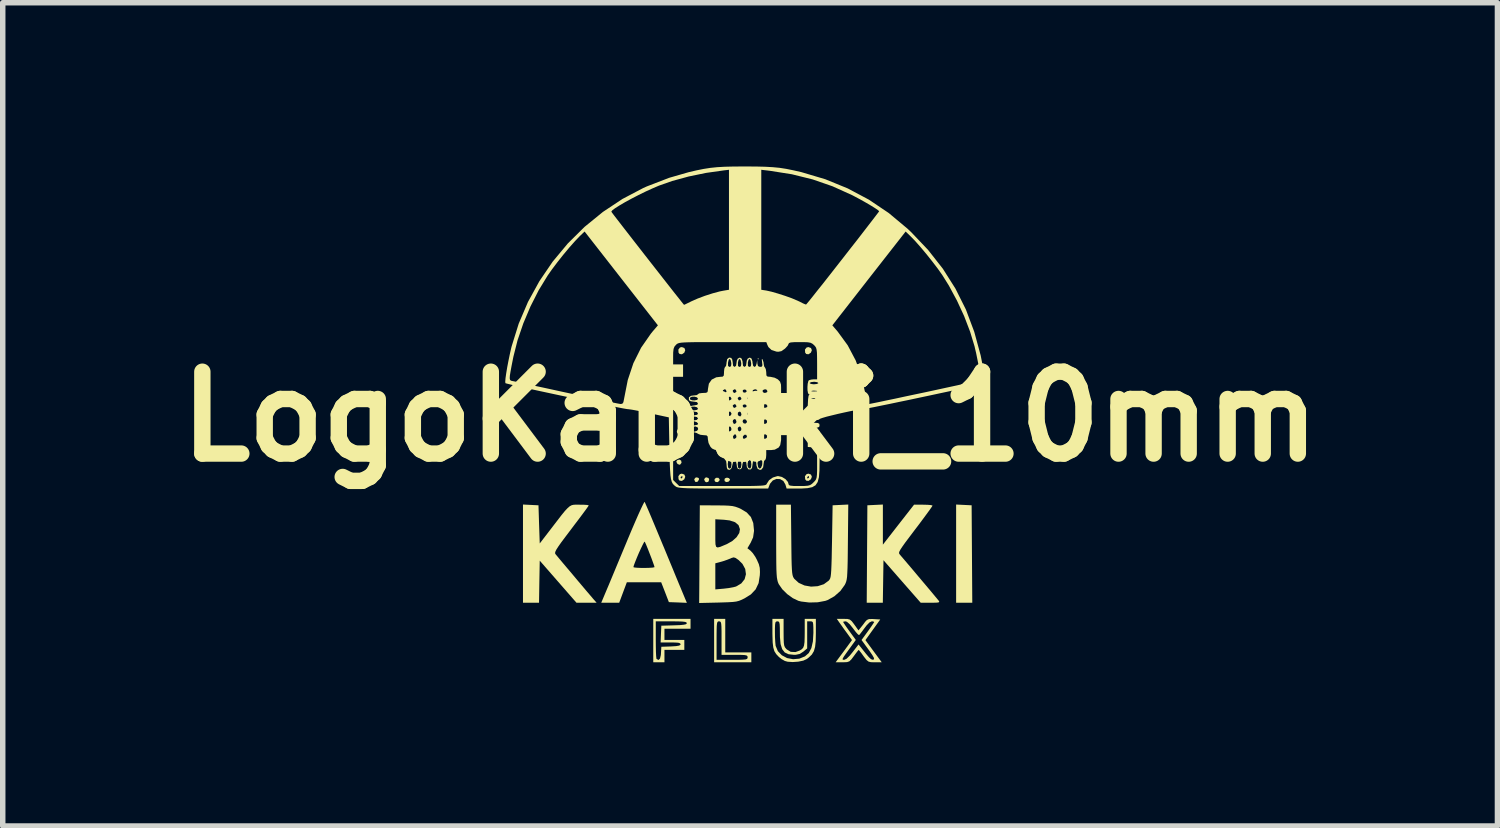
<source format=kicad_pcb>
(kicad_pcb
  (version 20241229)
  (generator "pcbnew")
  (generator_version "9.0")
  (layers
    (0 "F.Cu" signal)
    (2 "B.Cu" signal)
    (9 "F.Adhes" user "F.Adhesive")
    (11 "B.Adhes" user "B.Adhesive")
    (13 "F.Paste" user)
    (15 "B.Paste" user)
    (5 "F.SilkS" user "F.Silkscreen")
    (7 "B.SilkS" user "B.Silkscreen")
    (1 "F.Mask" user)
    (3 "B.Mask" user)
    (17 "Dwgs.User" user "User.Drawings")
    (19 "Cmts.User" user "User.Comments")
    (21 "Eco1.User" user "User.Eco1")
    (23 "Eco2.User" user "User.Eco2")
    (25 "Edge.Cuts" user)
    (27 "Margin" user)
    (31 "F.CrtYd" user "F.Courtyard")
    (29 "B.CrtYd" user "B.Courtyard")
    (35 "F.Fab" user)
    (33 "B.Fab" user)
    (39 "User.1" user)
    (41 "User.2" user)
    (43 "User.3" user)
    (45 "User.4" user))
  (footprint "LogoKabuki_10mm"
    (layer "F.Cu")
    (at 10.693 4.582)
    (property "Reference" "LogoKabuki_10mm" (at 0 0 0) (layer "F.SilkS") (effects (font (size 1.5 1.5) (thickness 0.3))))
    (attr board_only exclude_from_pos_files exclude_from_bom)
    (fp_poly (pts (xy 0.159 -1.057) (xy 0.148 -1.046) (xy 0.136 -1.057) (xy 0.148 -1.069)) (stroke (width 0) (type solid)) (fill yes) (layer "F.SilkS"))
    (fp_poly (pts (xy -1.268 0.254) (xy -1.262 0.273) (xy -1.281 0.305) (xy -1.302 0.314) (xy -1.334 0.306) (xy -1.342 0.273) (xy -1.33 0.236) (xy -1.302 0.232)) (stroke (width 0) (type solid)) (fill yes) (layer "F.SilkS"))
    (fp_poly (pts (xy -1.257 0.619) (xy -1.251 0.647) (xy -1.268 0.681) (xy -1.305 0.691) (xy -1.34 0.672) (xy -1.351 0.639) (xy -1.332 0.615) (xy -1.289 0.599)) (stroke (width 0) (type solid)) (fill yes) (layer "F.SilkS"))
    (fp_poly (pts (xy -0.94 1.127) (xy -0.936 1.152) (xy -0.958 1.191) (xy -0.992 1.2) (xy -1.008 1.191) (xy -1.024 1.151) (xy -1.003 1.121) (xy -0.976 1.114)) (stroke (width 0) (type solid)) (fill yes) (layer "F.SilkS"))
    (fp_poly (pts (xy -0.758 1.13) (xy -0.75 1.16) (xy -0.767 1.197) (xy -0.803 1.204) (xy -0.826 1.19) (xy -0.842 1.151) (xy -0.822 1.121) (xy -0.796 1.114)) (stroke (width 0) (type solid)) (fill yes) (layer "F.SilkS"))
    (fp_poly (pts (xy -0.558 1.15) (xy -0.56 1.17) (xy -0.59 1.201) (xy -0.63 1.199) (xy -0.649 1.18) (xy -0.651 1.146) (xy -0.623 1.122) (xy -0.582 1.122)) (stroke (width 0) (type solid)) (fill yes) (layer "F.SilkS"))
    (fp_poly (pts (xy 3.917 1.619) (xy 4.059 1.626) (xy 4.065 2.518) (xy 4.071 3.411) (xy 3.923 3.411) (xy 3.775 3.411) (xy 3.775 2.512) (xy 3.775 1.612)) (stroke (width 0) (type solid)) (fill yes) (layer "F.SilkS"))
    (fp_poly (pts (xy -1.263 0.807) (xy -1.256 0.844) (xy -1.258 0.85) (xy -1.285 0.884) (xy -1.322 0.873) (xy -1.339 0.856) (xy -1.352 0.822) (xy -1.335 0.8) (xy -1.296 0.788)) (stroke (width 0) (type solid)) (fill yes) (layer "F.SilkS"))
    (fp_poly (pts (xy -1.256 0.444) (xy -1.255 0.478) (xy -1.284 0.499) (xy -1.295 0.5) (xy -1.337 0.492) (xy -1.35 0.482) (xy -1.351 0.447) (xy -1.324 0.42) (xy -1.287 0.417)) (stroke (width 0) (type solid)) (fill yes) (layer "F.SilkS"))
    (fp_poly (pts (xy -1.204 -1.256) (xy -1.188 -1.216) (xy -1.205 -1.171) (xy -1.249 -1.141) (xy -1.291 -1.146) (xy -1.311 -1.171) (xy -1.314 -1.227) (xy -1.285 -1.265) (xy -1.251 -1.273)) (stroke (width 0) (type solid)) (fill yes) (layer "F.SilkS"))
    (fp_poly (pts (xy -0.387 1.129) (xy -0.368 1.154) (xy -0.37 1.165) (xy -0.398 1.195) (xy -0.439 1.2) (xy -0.467 1.182) (xy -0.468 1.145) (xy -0.459 1.132) (xy -0.424 1.119)) (stroke (width 0) (type solid)) (fill yes) (layer "F.SilkS"))
    (fp_poly (pts (xy 1.115 -1.256) (xy 1.132 -1.216) (xy 1.114 -1.171) (xy 1.07 -1.141) (xy 1.029 -1.146) (xy 1.009 -1.171) (xy 1.005 -1.227) (xy 1.035 -1.265) (xy 1.069 -1.273)) (stroke (width 0) (type solid)) (fill yes) (layer "F.SilkS"))
    (fp_poly (pts (xy -1.204 1.063) (xy -1.188 1.103) (xy -1.205 1.149) (xy -1.249 1.179) (xy -1.291 1.174) (xy -1.311 1.148) (xy -1.313 1.114) (xy -1.273 1.114) (xy -1.266 1.136) (xy -1.263 1.137) (xy -1.244 1.121) (xy -1.239 1.114) (xy -1.241 1.093) (xy -1.249 1.091) (xy -1.272 1.108) (xy -1.273 1.114) (xy -1.313 1.114) (xy -1.314 1.093) (xy -1.285 1.055) (xy -1.251 1.046)) (stroke (width 0) (type solid)) (fill yes) (layer "F.SilkS"))
    (fp_poly (pts (xy 1.115 1.063) (xy 1.132 1.103) (xy 1.114 1.149) (xy 1.07 1.179) (xy 1.029 1.174) (xy 1.009 1.148) (xy 1.007 1.114) (xy 1.046 1.114) (xy 1.054 1.136) (xy 1.056 1.137) (xy 1.075 1.121) (xy 1.08 1.114) (xy 1.078 1.093) (xy 1.07 1.091) (xy 1.047 1.108) (xy 1.046 1.114) (xy 1.007 1.114) (xy 1.005 1.093) (xy 1.035 1.055) (xy 1.069 1.046)) (stroke (width 0) (type solid)) (fill yes) (layer "F.SilkS"))
    (fp_poly (pts (xy -0.455 4.014) (xy -0.455 4.321) (xy -0.216 4.321) (xy 0.023 4.321) (xy 0.023 4.411) (xy 0.023 4.502) (xy -0.318 4.502) (xy -0.659 4.502) (xy -0.659 4.457) (xy -0.614 4.457) (xy -0.33 4.457) (xy -0.212 4.457) (xy -0.132 4.454) (xy -0.083 4.45) (xy -0.057 4.441) (xy -0.047 4.427) (xy -0.045 4.411) (xy -0.048 4.391) (xy -0.063 4.378) (xy -0.097 4.37) (xy -0.158 4.367) (xy -0.254 4.366) (xy -0.284 4.366) (xy -0.523 4.366) (xy -0.523 4.059) (xy -0.523 3.936) (xy -0.525 3.851) (xy -0.529 3.797) (xy -0.537 3.767) (xy -0.55 3.755) (xy -0.568 3.752) (xy -0.568 3.752) (xy -0.586 3.754) (xy -0.598 3.765) (xy -0.606 3.792) (xy -0.611 3.84) (xy -0.613 3.917) (xy -0.614 4.03) (xy -0.614 4.104) (xy -0.614 4.457) (xy -0.659 4.457) (xy -0.659 4.104) (xy -0.659 3.707) (xy -0.557 3.707) (xy -0.455 3.707)) (stroke (width 0) (type solid)) (fill yes) (layer "F.SilkS"))
    (fp_poly (pts (xy 2.433 1.98) (xy 2.433 2.347) (xy 2.718 1.981) (xy 3.004 1.615) (xy 3.173 1.615) (xy 3.254 1.617) (xy 3.314 1.622) (xy 3.342 1.631) (xy 3.343 1.632) (xy 3.329 1.655) (xy 3.292 1.708) (xy 3.235 1.786) (xy 3.162 1.885) (xy 3.077 1.999) (xy 3.024 2.068) (xy 2.923 2.202) (xy 2.846 2.304) (xy 2.792 2.38) (xy 2.756 2.434) (xy 2.736 2.471) (xy 2.729 2.496) (xy 2.733 2.515) (xy 2.745 2.53) (xy 2.748 2.534) (xy 2.777 2.568) (xy 2.83 2.63) (xy 2.9 2.712) (xy 2.983 2.81) (xy 3.072 2.916) (xy 3.163 3.024) (xy 3.25 3.127) (xy 3.329 3.221) (xy 3.392 3.297) (xy 3.436 3.35) (xy 3.454 3.371) (xy 3.466 3.391) (xy 3.459 3.403) (xy 3.427 3.409) (xy 3.36 3.411) (xy 3.305 3.411) (xy 3.126 3.411) (xy 2.785 3.022) (xy 2.444 2.632) (xy 2.438 3.022) (xy 2.432 3.411) (xy 2.285 3.411) (xy 2.137 3.411) (xy 2.143 2.518) (xy 2.149 1.626) (xy 2.291 1.619) (xy 2.433 1.612)) (stroke (width 0) (type solid)) (fill yes) (layer "F.SilkS"))
    (fp_poly (pts (xy -4.019 1.619) (xy -3.877 1.626) (xy -3.866 1.975) (xy -3.854 2.325) (xy -3.638 2.044) (xy -3.535 1.91) (xy -3.455 1.806) (xy -3.393 1.73) (xy -3.344 1.678) (xy -3.305 1.644) (xy -3.268 1.624) (xy -3.23 1.616) (xy -3.186 1.614) (xy -3.131 1.614) (xy -3.124 1.615) (xy -3.043 1.616) (xy -2.984 1.62) (xy -2.957 1.627) (xy -2.956 1.628) (xy -2.969 1.649) (xy -3.006 1.701) (xy -3.063 1.778) (xy -3.136 1.876) (xy -3.222 1.989) (xy -3.276 2.061) (xy -3.379 2.197) (xy -3.457 2.301) (xy -3.512 2.379) (xy -3.548 2.435) (xy -3.567 2.473) (xy -3.573 2.499) (xy -3.569 2.516) (xy -3.566 2.52) (xy -3.541 2.55) (xy -3.493 2.608) (xy -3.425 2.689) (xy -3.344 2.785) (xy -3.255 2.89) (xy -3.164 2.999) (xy -3.075 3.104) (xy -2.995 3.199) (xy -2.927 3.278) (xy -2.879 3.335) (xy -2.857 3.36) (xy -2.812 3.411) (xy -2.996 3.411) (xy -3.181 3.411) (xy -3.518 3.025) (xy -3.854 2.64) (xy -3.861 3.025) (xy -3.867 3.411) (xy -4.014 3.411) (xy -4.161 3.411) (xy -4.161 2.512) (xy -4.161 1.612)) (stroke (width 0) (type solid)) (fill yes) (layer "F.SilkS"))
    (fp_poly (pts (xy -1.091 3.797) (xy -1.091 3.888) (xy -1.33 3.888) (xy -1.569 3.888) (xy -1.569 3.991) (xy -1.569 4.093) (xy -1.387 4.093) (xy -1.205 4.093) (xy -1.205 4.184) (xy -1.205 4.275) (xy -1.387 4.275) (xy -1.569 4.275) (xy -1.569 4.389) (xy -1.569 4.502) (xy -1.671 4.502) (xy -1.774 4.502) (xy -1.774 4.104) (xy -1.774 3.752) (xy -1.728 3.752) (xy -1.728 4.089) (xy -1.727 4.209) (xy -1.725 4.312) (xy -1.721 4.39) (xy -1.716 4.435) (xy -1.713 4.442) (xy -1.677 4.46) (xy -1.651 4.435) (xy -1.635 4.369) (xy -1.633 4.338) (xy -1.626 4.218) (xy -1.45 4.212) (xy -1.356 4.206) (xy -1.301 4.197) (xy -1.277 4.183) (xy -1.273 4.172) (xy -1.283 4.155) (xy -1.316 4.144) (xy -1.381 4.14) (xy -1.456 4.139) (xy -1.639 4.139) (xy -1.633 3.985) (xy -1.626 3.832) (xy -1.393 3.825) (xy -1.284 3.821) (xy -1.214 3.814) (xy -1.175 3.805) (xy -1.16 3.791) (xy -1.16 3.785) (xy -1.167 3.771) (xy -1.193 3.762) (xy -1.245 3.756) (xy -1.329 3.753) (xy -1.444 3.752) (xy -1.728 3.752) (xy -1.774 3.752) (xy -1.774 3.707) (xy -1.433 3.707) (xy -1.091 3.707)) (stroke (width 0) (type solid)) (fill yes) (layer "F.SilkS"))
    (fp_poly (pts (xy 1.792 2.301) (xy 1.79 2.497) (xy 1.788 2.653) (xy 1.785 2.774) (xy 1.781 2.866) (xy 1.777 2.935) (xy 1.77 2.985) (xy 1.761 3.023) (xy 1.75 3.053) (xy 1.736 3.081) (xy 1.735 3.084) (xy 1.654 3.196) (xy 1.544 3.293) (xy 1.421 3.362) (xy 1.378 3.377) (xy 1.239 3.403) (xy 1.084 3.407) (xy 0.937 3.389) (xy 0.885 3.376) (xy 0.784 3.328) (xy 0.68 3.253) (xy 0.589 3.163) (xy 0.525 3.07) (xy 0.52 3.059) (xy 0.508 3.029) (xy 0.499 2.993) (xy 0.491 2.947) (xy 0.486 2.885) (xy 0.482 2.801) (xy 0.48 2.69) (xy 0.479 2.546) (xy 0.478 2.364) (xy 0.478 2.291) (xy 0.478 1.615) (xy 0.613 1.615) (xy 0.748 1.615) (xy 0.755 2.261) (xy 0.757 2.45) (xy 0.759 2.599) (xy 0.762 2.714) (xy 0.766 2.799) (xy 0.771 2.86) (xy 0.778 2.904) (xy 0.787 2.934) (xy 0.799 2.957) (xy 0.809 2.972) (xy 0.891 3.047) (xy 0.997 3.095) (xy 1.117 3.116) (xy 1.239 3.108) (xy 1.351 3.072) (xy 1.441 3.006) (xy 1.444 3.002) (xy 1.457 2.985) (xy 1.468 2.963) (xy 1.476 2.931) (xy 1.482 2.883) (xy 1.487 2.815) (xy 1.491 2.72) (xy 1.495 2.595) (xy 1.498 2.433) (xy 1.501 2.289) (xy 1.512 1.626) (xy 1.656 1.619) (xy 1.799 1.612)) (stroke (width 0) (type solid)) (fill yes) (layer "F.SilkS"))
    (fp_poly (pts (xy -1.921 1.587) (xy -1.894 1.649) (xy -1.853 1.743) (xy -1.801 1.866) (xy -1.74 2.012) (xy -1.671 2.178) (xy -1.596 2.358) (xy -1.574 2.41) (xy -1.497 2.597) (xy -1.424 2.773) (xy -1.358 2.934) (xy -1.3 3.074) (xy -1.252 3.189) (xy -1.217 3.273) (xy -1.197 3.321) (xy -1.195 3.327) (xy -1.158 3.413) (xy -1.323 3.406) (xy -1.488 3.4) (xy -1.558 3.218) (xy -1.629 3.036) (xy -1.944 3.036) (xy -2.258 3.036) (xy -2.328 3.223) (xy -2.398 3.411) (xy -2.562 3.411) (xy -2.727 3.411) (xy -2.624 3.166) (xy -2.589 3.084) (xy -2.54 2.966) (xy -2.48 2.822) (xy -2.454 2.759) (xy -2.138 2.759) (xy -2.117 2.766) (xy -2.06 2.771) (xy -1.98 2.774) (xy -1.944 2.774) (xy -1.857 2.772) (xy -1.79 2.768) (xy -1.754 2.761) (xy -1.751 2.758) (xy -1.759 2.729) (xy -1.78 2.67) (xy -1.809 2.59) (xy -1.843 2.503) (xy -1.876 2.418) (xy -1.905 2.347) (xy -1.926 2.301) (xy -1.932 2.291) (xy -1.944 2.305) (xy -1.969 2.352) (xy -2.002 2.421) (xy -2.039 2.502) (xy -2.075 2.587) (xy -2.106 2.664) (xy -2.129 2.725) (xy -2.138 2.759) (xy -2.138 2.759) (xy -2.454 2.759) (xy -2.412 2.658) (xy -2.339 2.483) (xy -2.264 2.303) (xy -2.235 2.233) (xy -2.166 2.069) (xy -2.102 1.92) (xy -2.045 1.79) (xy -1.997 1.685) (xy -1.961 1.61) (xy -1.939 1.569) (xy -1.933 1.563)) (stroke (width 0) (type solid)) (fill yes) (layer "F.SilkS"))
    (fp_poly (pts (xy -0.613 1.628) (xy -0.485 1.629) (xy -0.391 1.633) (xy -0.322 1.64) (xy -0.267 1.653) (xy -0.214 1.672) (xy -0.179 1.687) (xy -0.063 1.756) (xy 0.015 1.841) (xy 0.058 1.95) (xy 0.072 2.089) (xy 0.072 2.096) (xy 0.055 2.214) (xy 0.011 2.311) (xy -0.049 2.413) (xy 0.008 2.458) (xy 0.05 2.503) (xy 0.097 2.572) (xy 0.126 2.627) (xy 0.16 2.704) (xy 0.177 2.771) (xy 0.181 2.848) (xy 0.178 2.909) (xy 0.156 3.052) (xy 0.102 3.166) (xy 0.014 3.259) (xy -0.102 3.331) (xy -0.155 3.357) (xy -0.202 3.376) (xy -0.252 3.389) (xy -0.315 3.397) (xy -0.4 3.402) (xy -0.517 3.406) (xy -0.584 3.408) (xy -0.933 3.416) (xy -0.931 3.167) (xy -0.637 3.167) (xy -0.479 3.153) (xy -0.388 3.142) (xy -0.307 3.127) (xy -0.257 3.114) (xy -0.161 3.057) (xy -0.1 2.98) (xy -0.076 2.889) (xy -0.089 2.793) (xy -0.14 2.699) (xy -0.212 2.628) (xy -0.265 2.591) (xy -0.301 2.58) (xy -0.34 2.591) (xy -0.356 2.599) (xy -0.419 2.624) (xy -0.498 2.651) (xy -0.529 2.66) (xy -0.637 2.689) (xy -0.637 2.928) (xy -0.637 3.167) (xy -0.931 3.167) (xy -0.927 2.521) (xy -0.925 2.266) (xy -0.637 2.266) (xy -0.634 2.343) (xy -0.622 2.386) (xy -0.595 2.399) (xy -0.548 2.388) (xy -0.474 2.357) (xy -0.426 2.337) (xy -0.325 2.28) (xy -0.247 2.21) (xy -0.198 2.133) (xy -0.186 2.064) (xy -0.212 1.989) (xy -0.275 1.936) (xy -0.375 1.903) (xy -0.478 1.891) (xy -0.637 1.882) (xy -0.637 2.148) (xy -0.637 2.266) (xy -0.925 2.266) (xy -0.921 1.626)) (stroke (width 0) (type solid)) (fill yes) (layer "F.SilkS"))
    (fp_poly (pts (xy 0.614 3.958) (xy 0.615 4.069) (xy 0.618 4.144) (xy 0.625 4.194) (xy 0.638 4.227) (xy 0.66 4.254) (xy 0.67 4.265) (xy 0.745 4.311) (xy 0.832 4.315) (xy 0.908 4.287) (xy 0.946 4.264) (xy 0.972 4.237) (xy 0.988 4.196) (xy 0.997 4.133) (xy 1 4.04) (xy 1.001 3.943) (xy 1.001 3.707) (xy 1.103 3.707) (xy 1.205 3.707) (xy 1.205 3.976) (xy 1.202 4.116) (xy 1.191 4.22) (xy 1.169 4.298) (xy 1.132 4.36) (xy 1.076 4.414) (xy 1.04 4.442) (xy 0.975 4.472) (xy 0.882 4.491) (xy 0.781 4.498) (xy 0.688 4.492) (xy 0.637 4.478) (xy 0.577 4.444) (xy 0.527 4.404) (xy 0.479 4.353) (xy 0.445 4.299) (xy 0.425 4.232) (xy 0.414 4.141) (xy 0.41 4.019) (xy 0.409 3.969) (xy 0.409 3.942) (xy 0.455 3.942) (xy 0.456 4.04) (xy 0.461 4.129) (xy 0.467 4.192) (xy 0.468 4.201) (xy 0.509 4.299) (xy 0.582 4.374) (xy 0.678 4.425) (xy 0.788 4.446) (xy 0.902 4.436) (xy 1.005 4.394) (xy 1.075 4.333) (xy 1.123 4.242) (xy 1.151 4.119) (xy 1.16 3.961) (xy 1.159 3.863) (xy 1.156 3.802) (xy 1.149 3.768) (xy 1.134 3.755) (xy 1.11 3.752) (xy 1.103 3.752) (xy 1.046 3.752) (xy 1.046 4) (xy 1.046 4.248) (xy 0.976 4.307) (xy 0.911 4.349) (xy 0.836 4.365) (xy 0.8 4.365) (xy 0.705 4.355) (xy 0.635 4.322) (xy 0.588 4.262) (xy 0.559 4.169) (xy 0.547 4.04) (xy 0.546 3.97) (xy 0.545 3.869) (xy 0.542 3.805) (xy 0.534 3.77) (xy 0.521 3.755) (xy 0.5 3.752) (xy 0.478 3.756) (xy 0.464 3.773) (xy 0.458 3.812) (xy 0.455 3.882) (xy 0.455 3.942) (xy 0.409 3.942) (xy 0.409 3.707) (xy 0.512 3.707) (xy 0.614 3.707)) (stroke (width 0) (type solid)) (fill yes) (layer "F.SilkS"))
    (fp_poly (pts (xy 1.782 3.708) (xy 1.827 3.72) (xy 1.864 3.751) (xy 1.909 3.81) (xy 1.91 3.812) (xy 1.986 3.918) (xy 2.027 3.867) (xy 2.073 3.809) (xy 2.109 3.76) (xy 2.14 3.727) (xy 2.178 3.711) (xy 2.239 3.709) (xy 2.268 3.711) (xy 2.385 3.718) (xy 2.249 3.907) (xy 2.113 4.096) (xy 2.262 4.299) (xy 2.412 4.502) (xy 2.286 4.502) (xy 2.216 4.501) (xy 2.171 4.49) (xy 2.135 4.462) (xy 2.092 4.408) (xy 2.078 4.389) (xy 2.035 4.329) (xy 2.002 4.288) (xy 1.99 4.275) (xy 1.974 4.292) (xy 1.94 4.336) (xy 1.901 4.389) (xy 1.854 4.451) (xy 1.818 4.485) (xy 1.777 4.499) (xy 1.715 4.502) (xy 1.694 4.502) (xy 1.568 4.502) (xy 1.606 4.45) (xy 1.694 4.45) (xy 1.705 4.456) (xy 1.726 4.457) (xy 1.767 4.438) (xy 1.825 4.382) (xy 1.879 4.316) (xy 1.987 4.176) (xy 2.057 4.263) (xy 2.127 4.351) (xy 2.176 4.408) (xy 2.21 4.44) (xy 2.235 4.454) (xy 2.256 4.454) (xy 2.258 4.454) (xy 2.272 4.444) (xy 2.267 4.418) (xy 2.24 4.371) (xy 2.189 4.296) (xy 2.17 4.27) (xy 2.042 4.094) (xy 2.158 3.935) (xy 2.21 3.862) (xy 2.25 3.803) (xy 2.272 3.769) (xy 2.274 3.764) (xy 2.255 3.754) (xy 2.23 3.752) (xy 2.189 3.771) (xy 2.135 3.826) (xy 2.099 3.873) (xy 2.052 3.936) (xy 2.015 3.984) (xy 1.997 4.004) (xy 1.977 3.992) (xy 1.939 3.95) (xy 1.892 3.889) (xy 1.888 3.883) (xy 1.825 3.805) (xy 1.775 3.761) (xy 1.75 3.752) (xy 1.713 3.757) (xy 1.705 3.764) (xy 1.718 3.786) (xy 1.751 3.836) (xy 1.799 3.904) (xy 1.821 3.934) (xy 1.937 4.093) (xy 1.827 4.245) (xy 1.761 4.336) (xy 1.719 4.396) (xy 1.698 4.432) (xy 1.694 4.45) (xy 1.606 4.45) (xy 1.718 4.299) (xy 1.867 4.095) (xy 1.78 3.974) (xy 1.724 3.898) (xy 1.671 3.823) (xy 1.64 3.78) (xy 1.589 3.707) (xy 1.711 3.707)) (stroke (width 0) (type solid)) (fill yes) (layer "F.SilkS"))
    (fp_poly (pts (xy 0.109 -4.581) (xy 0.274 -4.577) (xy 0.415 -4.569) (xy 0.541 -4.557) (xy 0.663 -4.538) (xy 0.791 -4.512) (xy 0.936 -4.479) (xy 0.944 -4.477) (xy 1.378 -4.348) (xy 1.789 -4.18) (xy 2.178 -3.973) (xy 2.542 -3.728) (xy 2.883 -3.443) (xy 2.951 -3.379) (xy 3.262 -3.052) (xy 3.532 -2.708) (xy 3.762 -2.345) (xy 3.954 -1.961) (xy 4.107 -1.553) (xy 4.225 -1.119) (xy 4.275 -0.864) (xy 4.291 -0.765) (xy 4.301 -0.683) (xy 4.304 -0.629) (xy 4.301 -0.612) (xy 4.276 -0.604) (xy 4.212 -0.588) (xy 4.113 -0.565) (xy 3.986 -0.537) (xy 3.835 -0.503) (xy 3.665 -0.466) (xy 3.482 -0.427) (xy 3.291 -0.386) (xy 3.097 -0.345) (xy 2.905 -0.304) (xy 2.721 -0.266) (xy 2.55 -0.23) (xy 2.397 -0.199) (xy 2.266 -0.172) (xy 2.165 -0.153) (xy 2.096 -0.14) (xy 2.068 -0.136) (xy 2.019 -0.132) (xy 1.94 -0.118) (xy 1.839 -0.099) (xy 1.727 -0.075) (xy 1.611 -0.049) (xy 1.5 -0.022) (xy 1.403 0.002) (xy 1.328 0.024) (xy 1.285 0.039) (xy 1.278 0.044) (xy 1.252 0.06) (xy 1.198 0.068) (xy 1.181 0.068) (xy 1.124 0.073) (xy 1.093 0.086) (xy 1.091 0.091) (xy 1.112 0.105) (xy 1.162 0.113) (xy 1.182 0.114) (xy 1.242 0.118) (xy 1.268 0.133) (xy 1.273 0.159) (xy 1.266 0.189) (xy 1.235 0.202) (xy 1.182 0.205) (xy 1.125 0.21) (xy 1.094 0.222) (xy 1.091 0.227) (xy 1.112 0.242) (xy 1.162 0.25) (xy 1.182 0.25) (xy 1.242 0.254) (xy 1.268 0.269) (xy 1.273 0.296) (xy 1.266 0.325) (xy 1.235 0.339) (xy 1.182 0.341) (xy 1.125 0.346) (xy 1.094 0.359) (xy 1.091 0.364) (xy 1.112 0.378) (xy 1.162 0.386) (xy 1.182 0.387) (xy 1.242 0.39) (xy 1.268 0.406) (xy 1.273 0.432) (xy 1.266 0.462) (xy 1.235 0.475) (xy 1.182 0.478) (xy 1.125 0.483) (xy 1.094 0.495) (xy 1.091 0.5) (xy 1.112 0.515) (xy 1.162 0.522) (xy 1.182 0.523) (xy 1.273 0.523) (xy 1.273 0.831) (xy 1.271 0.992) (xy 1.261 1.113) (xy 1.238 1.2) (xy 1.199 1.259) (xy 1.139 1.294) (xy 1.052 1.312) (xy 0.936 1.319) (xy 0.879 1.319) (xy 0.669 1.319) (xy 0.647 1.245) (xy 0.609 1.18) (xy 0.55 1.146) (xy 0.482 1.143) (xy 0.416 1.171) (xy 0.366 1.23) (xy 0.357 1.251) (xy 0.331 1.319) (xy -0.489 1.319) (xy -0.708 1.319) (xy -0.886 1.318) (xy -1.028 1.316) (xy -1.138 1.314) (xy -1.22 1.31) (xy -1.279 1.305) (xy -1.319 1.299) (xy -1.346 1.291) (xy -1.359 1.284) (xy -1.391 1.259) (xy -1.416 1.232) (xy -1.435 1.196) (xy -1.444 1.162) (xy -1.41 1.162) (xy -1.354 1.218) (xy -1.298 1.273) (xy -0.503 1.273) (xy -0.292 1.273) (xy -0.122 1.273) (xy 0.012 1.272) (xy 0.114 1.27) (xy 0.188 1.267) (xy 0.24 1.263) (xy 0.273 1.257) (xy 0.292 1.249) (xy 0.302 1.24) (xy 0.307 1.229) (xy 0.348 1.166) (xy 0.417 1.117) (xy 0.498 1.092) (xy 0.516 1.091) (xy 0.584 1.107) (xy 0.648 1.146) (xy 0.693 1.198) (xy 0.705 1.238) (xy 0.712 1.256) (xy 0.74 1.266) (xy 0.797 1.272) (xy 0.89 1.273) (xy 0.9 1.273) (xy 0.996 1.272) (xy 1.059 1.267) (xy 1.101 1.255) (xy 1.134 1.233) (xy 1.161 1.207) (xy 1.189 1.178) (xy 1.208 1.151) (xy 1.219 1.116) (xy 1.225 1.064) (xy 1.228 0.985) (xy 1.228 0.872) (xy 1.228 0.856) (xy 1.228 0.571) (xy 1.143 0.564) (xy 1.057 0.557) (xy 1.055 0.091) (xy 1.055 -0.045) (xy 1.091 -0.045) (xy 1.111 -0.03) (xy 1.161 -0.023) (xy 1.171 -0.023) (xy 1.224 -0.028) (xy 1.25 -0.042) (xy 1.251 -0.045) (xy 1.231 -0.061) (xy 1.182 -0.068) (xy 1.171 -0.068) (xy 1.118 -0.063) (xy 1.092 -0.048) (xy 1.091 -0.045) (xy 1.055 -0.045) (xy 1.055 -0.091) (xy 1.057 -0.182) (xy 1.091 -0.182) (xy 1.111 -0.167) (xy 1.161 -0.159) (xy 1.171 -0.159) (xy 1.224 -0.165) (xy 1.25 -0.179) (xy 1.251 -0.182) (xy 1.231 -0.197) (xy 1.182 -0.204) (xy 1.171 -0.205) (xy 1.118 -0.199) (xy 1.092 -0.185) (xy 1.091 -0.182) (xy 1.057 -0.182) (xy 1.058 -0.229) (xy 1.063 -0.325) (xy 1.064 -0.328) (xy 1.119 -0.328) (xy 1.146 -0.325) (xy 1.171 -0.324) (xy 1.218 -0.326) (xy 1.23 -0.331) (xy 1.223 -0.334) (xy 1.168 -0.338) (xy 1.132 -0.334) (xy 1.119 -0.328) (xy 1.064 -0.328) (xy 1.071 -0.379) (xy 1.078 -0.392) (xy 1.09 -0.407) (xy 1.076 -0.409) (xy 1.061 -0.429) (xy 1.055 -0.465) (xy 1.119 -0.465) (xy 1.146 -0.461) (xy 1.171 -0.461) (xy 1.218 -0.462) (xy 1.23 -0.468) (xy 1.223 -0.47) (xy 1.168 -0.475) (xy 1.132 -0.471) (xy 1.119 -0.465) (xy 1.055 -0.465) (xy 1.052 -0.479) (xy 1.051 -0.543) (xy 1.056 -0.605) (xy 1.059 -0.614) (xy 1.091 -0.614) (xy 1.111 -0.599) (xy 1.161 -0.591) (xy 1.171 -0.591) (xy 1.224 -0.597) (xy 1.25 -0.611) (xy 1.251 -0.614) (xy 1.231 -0.629) (xy 1.182 -0.637) (xy 1.171 -0.637) (xy 1.118 -0.631) (xy 1.092 -0.617) (xy 1.091 -0.614) (xy 1.059 -0.614) (xy 1.068 -0.652) (xy 1.078 -0.665) (xy 1.118 -0.677) (xy 1.165 -0.682) (xy 1.228 -0.682) (xy 1.228 -0.967) (xy 1.227 -1.087) (xy 1.225 -1.169) (xy 1.219 -1.224) (xy 1.209 -1.261) (xy 1.192 -1.287) (xy 1.172 -1.309) (xy 1.141 -1.335) (xy 1.107 -1.352) (xy 1.058 -1.361) (xy 0.982 -1.364) (xy 0.911 -1.364) (xy 0.809 -1.363) (xy 0.746 -1.358) (xy 0.714 -1.347) (xy 0.705 -1.332) (xy 0.689 -1.298) (xy 0.648 -1.253) (xy 0.632 -1.239) (xy 0.573 -1.198) (xy 0.517 -1.187) (xy 0.482 -1.19) (xy 0.393 -1.219) (xy 0.336 -1.273) (xy 0.317 -1.312) (xy 0.297 -1.364) (xy -0.504 -1.364) (xy -0.716 -1.364) (xy -0.887 -1.364) (xy -1.022 -1.363) (xy -1.126 -1.361) (xy -1.203 -1.358) (xy -1.258 -1.354) (xy -1.296 -1.348) (xy -1.322 -1.34) (xy -1.34 -1.33) (xy -1.355 -1.317) (xy -1.357 -1.315) (xy -1.386 -1.281) (xy -1.402 -1.239) (xy -1.409 -1.175) (xy -1.41 -1.11) (xy -1.41 -0.955) (xy -1.319 -0.955) (xy -1.228 -0.955) (xy -1.228 -0.841) (xy -1.228 -0.728) (xy -1.319 -0.728) (xy -1.41 -0.728) (xy -1.41 0.217) (xy -1.41 1.162) (xy -1.444 1.162) (xy -1.449 1.145) (xy -1.459 1.075) (xy -1.466 0.979) (xy -1.472 0.852) (xy -1.476 0.688) (xy -1.478 0.582) (xy -1.489 0.015) (xy -1.831 -0.059) (xy -1.955 -0.086) (xy -2.068 -0.108) (xy -2.16 -0.125) (xy -2.223 -0.134) (xy -2.238 -0.135) (xy -2.273 -0.14) (xy -2.346 -0.153) (xy -2.452 -0.174) (xy -2.586 -0.201) (xy -2.742 -0.233) (xy -2.916 -0.268) (xy -3.102 -0.307) (xy -3.294 -0.348) (xy -3.489 -0.389) (xy -3.68 -0.43) (xy -3.862 -0.469) (xy -4.031 -0.506) (xy -4.18 -0.539) (xy -4.305 -0.567) (xy -4.401 -0.59) (xy -4.462 -0.605) (xy -4.483 -0.612) (xy -4.486 -0.639) (xy -4.481 -0.703) (xy -4.481 -0.703) (xy -4.404 -0.703) (xy -4.399 -0.675) (xy -4.386 -0.66) (xy -4.364 -0.652) (xy -4.339 -0.648) (xy -4.301 -0.64) (xy -4.224 -0.623) (xy -4.112 -0.599) (xy -3.971 -0.569) (xy -3.807 -0.534) (xy -3.623 -0.494) (xy -3.427 -0.451) (xy -3.343 -0.433) (xy -3.143 -0.39) (xy -2.956 -0.349) (xy -2.786 -0.313) (xy -2.639 -0.283) (xy -2.519 -0.258) (xy -2.431 -0.24) (xy -2.381 -0.231) (xy -2.372 -0.23) (xy -2.341 -0.235) (xy -2.322 -0.261) (xy -2.31 -0.319) (xy -2.307 -0.335) (xy -2.241 -0.67) (xy -2.138 -0.978) (xy -1.997 -1.261) (xy -1.819 -1.517) (xy -1.786 -1.558) (xy -1.689 -1.671) (xy 1.507 -1.671) (xy 1.604 -1.558) (xy 1.788 -1.306) (xy 1.935 -1.028) (xy 2.045 -0.724) (xy 2.117 -0.394) (xy 2.126 -0.335) (xy 2.139 -0.273) (xy 2.157 -0.234) (xy 2.166 -0.227) (xy 2.193 -0.232) (xy 2.259 -0.245) (xy 2.362 -0.266) (xy 2.494 -0.294) (xy 2.654 -0.327) (xy 2.834 -0.366) (xy 3.032 -0.408) (xy 3.204 -0.444) (xy 3.412 -0.489) (xy 3.605 -0.531) (xy 3.781 -0.569) (xy 3.933 -0.603) (xy 4.058 -0.63) (xy 4.151 -0.651) (xy 4.208 -0.665) (xy 4.224 -0.669) (xy 4.225 -0.695) (xy 4.217 -0.756) (xy 4.203 -0.842) (xy 4.185 -0.946) (xy 4.163 -1.056) (xy 4.141 -1.165) (xy 4.118 -1.262) (xy 4.113 -1.285) (xy 4.031 -1.555) (xy 3.922 -1.84) (xy 3.79 -2.125) (xy 3.643 -2.398) (xy 3.522 -2.592) (xy 3.44 -2.708) (xy 3.34 -2.839) (xy 3.231 -2.976) (xy 3.122 -3.106) (xy 3.021 -3.22) (xy 2.939 -3.304) (xy 2.85 -3.39) (xy 2.178 -2.531) (xy 1.507 -1.671) (xy -1.689 -1.671) (xy -2.361 -2.531) (xy -3.032 -3.39) (xy -3.122 -3.304) (xy -3.208 -3.214) (xy -3.311 -3.098) (xy -3.422 -2.965) (xy -3.532 -2.826) (xy -3.633 -2.692) (xy -3.71 -2.582) (xy -3.874 -2.313) (xy -4.024 -2.017) (xy -4.155 -1.707) (xy -4.261 -1.396) (xy -4.336 -1.099) (xy -4.34 -1.08) (xy -4.369 -0.934) (xy -4.389 -0.827) (xy -4.401 -0.752) (xy -4.404 -0.703) (xy -4.481 -0.703) (xy -4.468 -0.794) (xy -4.45 -0.903) (xy -4.427 -1.023) (xy -4.402 -1.144) (xy -4.376 -1.258) (xy -4.368 -1.289) (xy -4.239 -1.703) (xy -4.069 -2.101) (xy -3.86 -2.481) (xy -3.617 -2.838) (xy -3.34 -3.171) (xy -3.033 -3.475) (xy -2.698 -3.748) (xy -2.688 -3.755) (xy -2.542 -3.755) (xy -2.542 -3.753) (xy -2.527 -3.732) (xy -2.488 -3.68) (xy -2.427 -3.601) (xy -2.348 -3.499) (xy -2.255 -3.379) (xy -2.151 -3.245) (xy -2.038 -3.1) (xy -1.921 -2.95) (xy -1.803 -2.799) (xy -1.687 -2.651) (xy -1.576 -2.509) (xy -1.474 -2.379) (xy -1.384 -2.264) (xy -1.309 -2.17) (xy -1.253 -2.099) (xy -1.219 -2.057) (xy -1.21 -2.047) (xy -1.188 -2.056) (xy -1.137 -2.081) (xy -1.074 -2.112) (xy -0.963 -2.161) (xy -0.828 -2.212) (xy -0.685 -2.258) (xy -0.555 -2.293) (xy -0.483 -2.307) (xy -0.387 -2.323) (xy -0.387 -3.422) (xy -0.387 -4.521) (xy 0.205 -4.521) (xy 0.205 -3.422) (xy 0.205 -2.323) (xy 0.301 -2.308) (xy 0.394 -2.287) (xy 0.512 -2.253) (xy 0.64 -2.212) (xy 0.763 -2.168) (xy 0.865 -2.125) (xy 0.91 -2.104) (xy 0.971 -2.073) (xy 1.014 -2.055) (xy 1.027 -2.053) (xy 1.043 -2.072) (xy 1.085 -2.122) (xy 1.149 -2.202) (xy 1.232 -2.307) (xy 1.333 -2.433) (xy 1.447 -2.578) (xy 1.572 -2.738) (xy 1.703 -2.905) (xy 1.836 -3.076) (xy 1.961 -3.235) (xy 2.073 -3.38) (xy 2.171 -3.507) (xy 2.252 -3.612) (xy 2.313 -3.692) (xy 2.352 -3.743) (xy 2.365 -3.761) (xy 2.346 -3.78) (xy 2.295 -3.815) (xy 2.22 -3.862) (xy 2.128 -3.916) (xy 2.029 -3.972) (xy 1.928 -4.026) (xy 1.869 -4.057) (xy 1.51 -4.219) (xy 1.146 -4.345) (xy 0.766 -4.439) (xy 0.361 -4.503) (xy 0.301 -4.51) (xy 0.205 -4.521) (xy -0.387 -4.521) (xy -0.483 -4.51) (xy -0.807 -4.464) (xy -1.127 -4.398) (xy -1.427 -4.316) (xy -1.669 -4.231) (xy -1.786 -4.181) (xy -1.913 -4.123) (xy -2.043 -4.059) (xy -2.171 -3.993) (xy -2.289 -3.929) (xy -2.391 -3.869) (xy -2.472 -3.818) (xy -2.524 -3.779) (xy -2.542 -3.755) (xy -2.688 -3.755) (xy -2.338 -3.987) (xy -1.956 -4.188) (xy -1.891 -4.217) (xy -1.483 -4.374) (xy -1.126 -4.477) (xy -0.98 -4.511) (xy -0.851 -4.537) (xy -0.729 -4.556) (xy -0.603 -4.569) (xy -0.464 -4.577) (xy -0.3 -4.581) (xy -0.102 -4.582) (xy -0.091 -4.582)) (stroke (width 0) (type solid)) (fill yes) (layer "F.SilkS"))
    (fp_poly (pts (xy 0.028 -1.06) (xy 0.044 -1.007) (xy 0.045 -0.987) (xy 0.056 -0.93) (xy 0.079 -0.909) (xy 0.105 -0.925) (xy 0.12 -0.972) (xy 0.13 -1.035) (xy 0.133 -0.972) (xy 0.145 -0.925) (xy 0.179 -0.91) (xy 0.185 -0.91) (xy 0.216 -0.915) (xy 0.226 -0.939) (xy 0.22 -0.994) (xy 0.22 -0.995) (xy 0.214 -1.046) (xy 0.221 -1.055) (xy 0.228 -1.046) (xy 0.246 -0.995) (xy 0.25 -0.962) (xy 0.259 -0.916) (xy 0.273 -0.898) (xy 0.288 -0.868) (xy 0.296 -0.813) (xy 0.296 -0.806) (xy 0.299 -0.753) (xy 0.32 -0.732) (xy 0.371 -0.728) (xy 0.372 -0.728) (xy 0.449 -0.712) (xy 0.509 -0.681) (xy 0.549 -0.639) (xy 0.566 -0.586) (xy 0.568 -0.533) (xy 0.568 -0.432) (xy 0.659 -0.432) (xy 0.716 -0.427) (xy 0.748 -0.415) (xy 0.75 -0.411) (xy 0.771 -0.395) (xy 0.82 -0.384) (xy 0.836 -0.382) (xy 0.894 -0.372) (xy 0.918 -0.351) (xy 0.921 -0.33) (xy 0.911 -0.298) (xy 0.874 -0.282) (xy 0.836 -0.277) (xy 0.774 -0.264) (xy 0.75 -0.24) (xy 0.75 -0.239) (xy 0.772 -0.214) (xy 0.832 -0.201) (xy 0.836 -0.2) (xy 0.894 -0.19) (xy 0.918 -0.169) (xy 0.921 -0.148) (xy 0.911 -0.116) (xy 0.874 -0.1) (xy 0.836 -0.095) (xy 0.777 -0.082) (xy 0.75 -0.059) (xy 0.756 -0.036) (xy 0.798 -0.023) (xy 0.813 -0.022) (xy 0.884 -0.012) (xy 0.923 0.017) (xy 0.925 0.055) (xy 0.89 0.083) (xy 0.831 0.091) (xy 0.772 0.098) (xy 0.751 0.121) (xy 0.75 0.125) (xy 0.77 0.153) (xy 0.805 0.159) (xy 0.886 0.17) (xy 0.927 0.202) (xy 0.932 0.227) (xy 0.912 0.27) (xy 0.852 0.293) (xy 0.805 0.296) (xy 0.764 0.304) (xy 0.75 0.318) (xy 0.73 0.333) (xy 0.68 0.341) (xy 0.659 0.341) (xy 0.568 0.341) (xy 0.568 0.432) (xy 0.552 0.524) (xy 0.523 0.568) (xy 0.453 0.606) (xy 0.387 0.614) (xy 0.296 0.614) (xy 0.296 0.705) (xy 0.291 0.762) (xy 0.278 0.794) (xy 0.273 0.796) (xy 0.256 0.815) (xy 0.25 0.851) (xy 0.239 0.931) (xy 0.207 0.972) (xy 0.182 0.978) (xy 0.139 0.958) (xy 0.117 0.898) (xy 0.114 0.86) (xy 0.136 0.86) (xy 0.147 0.925) (xy 0.171 0.953) (xy 0.199 0.942) (xy 0.22 0.892) (xy 0.223 0.868) (xy 0.223 0.817) (xy 0.204 0.798) (xy 0.183 0.796) (xy 0.148 0.807) (xy 0.137 0.847) (xy 0.136 0.86) (xy 0.114 0.86) (xy 0.114 0.851) (xy 0.102 0.807) (xy 0.08 0.796) (xy 0.054 0.813) (xy 0.046 0.868) (xy 0.045 0.876) (xy 0.035 0.943) (xy 0.009 0.97) (xy -0.032 0.967) (xy -0.059 0.925) (xy -0.068 0.859) (xy -0.046 0.859) (xy -0.045 0.908) (xy -0.03 0.94) (xy 0.000273 0.955) (xy 0.018 0.927) (xy 0.023 0.875) (xy 0.015 0.817) (xy -0.008 0.796) (xy -0.011 0.796) (xy -0.034 0.815) (xy -0.046 0.859) (xy -0.068 0.859) (xy -0.068 0.858) (xy -0.077 0.807) (xy -0.099 0.794) (xy -0.122 0.814) (xy -0.139 0.866) (xy -0.141 0.881) (xy -0.151 0.939) (xy -0.172 0.963) (xy -0.193 0.966) (xy -0.225 0.957) (xy -0.241 0.92) (xy -0.246 0.881) (xy -0.247 0.875) (xy -0.227 0.875) (xy -0.22 0.934) (xy -0.196 0.955) (xy -0.193 0.955) (xy -0.168 0.938) (xy -0.159 0.883) (xy -0.159 0.875) (xy -0.167 0.817) (xy -0.19 0.796) (xy -0.193 0.796) (xy -0.219 0.813) (xy -0.227 0.868) (xy -0.227 0.875) (xy -0.247 0.875) (xy -0.26 0.817) (xy -0.283 0.795) (xy -0.307 0.814) (xy -0.322 0.876) (xy -0.323 0.881) (xy -0.339 0.943) (xy -0.369 0.976) (xy -0.406 0.972) (xy -0.416 0.963) (xy -0.427 0.932) (xy -0.432 0.876) (xy -0.432 0.875) (xy -0.409 0.875) (xy -0.402 0.934) (xy -0.378 0.955) (xy -0.375 0.955) (xy -0.35 0.938) (xy -0.341 0.883) (xy -0.341 0.875) (xy -0.348 0.817) (xy -0.372 0.796) (xy -0.375 0.796) (xy -0.4 0.813) (xy -0.409 0.868) (xy -0.409 0.875) (xy -0.432 0.875) (xy -0.432 0.872) (xy -0.438 0.821) (xy -0.453 0.796) (xy -0.455 0.796) (xy -0.469 0.776) (xy -0.477 0.725) (xy -0.478 0.705) (xy -0.478 0.614) (xy -0.578 0.614) (xy -0.65 0.608) (xy -0.697 0.585) (xy -0.726 0.554) (xy -0.761 0.485) (xy -0.773 0.418) (xy -0.777 0.366) (xy -0.781 0.362) (xy -0.5 0.362) (xy -0.486 0.401) (xy -0.464 0.409) (xy -0.437 0.392) (xy -0.436 0.371) (xy -0.314 0.371) (xy -0.305 0.404) (xy -0.286 0.409) (xy -0.256 0.39) (xy -0.252 0.372) (xy -0.133 0.372) (xy -0.128 0.403) (xy -0.099 0.405) (xy -0.064 0.383) (xy -0.059 0.37) (xy 0.053 0.37) (xy 0.07 0.402) (xy 0.091 0.409) (xy 0.12 0.393) (xy 0.126 0.385) (xy 0.127 0.37) (xy 0.235 0.37) (xy 0.251 0.402) (xy 0.273 0.409) (xy 0.302 0.393) (xy 0.308 0.385) (xy 0.311 0.35) (xy 0.287 0.327) (xy 0.254 0.329) (xy 0.248 0.335) (xy 0.235 0.37) (xy 0.127 0.37) (xy 0.129 0.35) (xy 0.105 0.327) (xy 0.072 0.329) (xy 0.066 0.335) (xy 0.053 0.37) (xy -0.059 0.37) (xy -0.057 0.364) (xy -0.071 0.335) (xy -0.101 0.333) (xy -0.127 0.357) (xy -0.133 0.372) (xy -0.252 0.372) (xy -0.25 0.362) (xy -0.262 0.329) (xy -0.287 0.328) (xy -0.31 0.357) (xy -0.314 0.371) (xy -0.436 0.371) (xy -0.455 0.333) (xy -0.481 0.325) (xy -0.499 0.348) (xy -0.5 0.362) (xy -0.781 0.362) (xy -0.798 0.345) (xy -0.848 0.341) (xy -0.906 0.335) (xy -0.944 0.321) (xy -0.945 0.32) (xy -0.983 0.3) (xy -1.023 0.289) (xy -1.061 0.282) (xy -1.056 0.278) (xy -1.018 0.276) (xy -0.971 0.26) (xy -0.951 0.23) (xy -0.952 0.227) (xy -0.409 0.227) (xy -0.395 0.264) (xy -0.375 0.273) (xy -0.347 0.254) (xy -0.341 0.227) (xy -0.227 0.227) (xy -0.213 0.264) (xy -0.193 0.273) (xy -0.166 0.254) (xy -0.161 0.234) (xy -0.038 0.234) (xy -0.021 0.266) (xy 0 0.273) (xy 0.029 0.256) (xy 0.035 0.248) (xy 0.036 0.234) (xy 0.144 0.234) (xy 0.16 0.266) (xy 0.182 0.273) (xy 0.211 0.256) (xy 0.217 0.248) (xy 0.219 0.227) (xy 0.75 0.227) (xy 0.758 0.26) (xy 0.788 0.271) (xy 0.824 0.269) (xy 0.881 0.253) (xy 0.898 0.227) (xy 0.877 0.199) (xy 0.824 0.186) (xy 0.773 0.186) (xy 0.753 0.204) (xy 0.75 0.227) (xy 0.219 0.227) (xy 0.22 0.213) (xy 0.196 0.19) (xy 0.163 0.193) (xy 0.157 0.198) (xy 0.144 0.234) (xy 0.036 0.234) (xy 0.038 0.213) (xy 0.014 0.19) (xy -0.019 0.193) (xy -0.025 0.198) (xy -0.038 0.234) (xy -0.161 0.234) (xy -0.159 0.227) (xy -0.173 0.19) (xy -0.193 0.182) (xy -0.221 0.201) (xy -0.227 0.227) (xy -0.341 0.227) (xy -0.355 0.19) (xy -0.375 0.182) (xy -0.403 0.201) (xy -0.409 0.227) (xy -0.952 0.227) (xy -0.96 0.199) (xy -0.999 0.182) (xy -1.006 0.182) (xy -1.069 0.193) (xy -1.103 0.219) (xy -1.102 0.253) (xy -1.094 0.273) (xy -1.112 0.259) (xy -1.117 0.254) (xy -1.135 0.227) (xy -1.117 0.202) (xy -1.104 0.192) (xy -1.047 0.165) (xy -1.008 0.159) (xy -0.963 0.15) (xy -0.953 0.128) (xy -0.976 0.104) (xy -1.014 0.091) (xy -0.5 0.091) (xy -0.486 0.128) (xy -0.466 0.136) (xy -0.438 0.117) (xy -0.432 0.091) (xy -0.318 0.091) (xy -0.304 0.128) (xy -0.284 0.136) (xy -0.256 0.117) (xy -0.25 0.092) (xy -0.137 0.092) (xy -0.121 0.122) (xy -0.088 0.131) (xy -0.061 0.109) (xy -0.059 0.098) (xy 0.053 0.098) (xy 0.07 0.129) (xy 0.091 0.136) (xy 0.12 0.12) (xy 0.126 0.112) (xy 0.127 0.098) (xy 0.235 0.098) (xy 0.251 0.129) (xy 0.273 0.136) (xy 0.302 0.12) (xy 0.308 0.112) (xy 0.311 0.077) (xy 0.287 0.054) (xy 0.254 0.057) (xy 0.248 0.062) (xy 0.235 0.098) (xy 0.127 0.098) (xy 0.129 0.077) (xy 0.105 0.054) (xy 0.072 0.057) (xy 0.066 0.062) (xy 0.053 0.098) (xy -0.059 0.098) (xy -0.057 0.089) (xy -0.076 0.059) (xy -0.097 0.05) (xy -0.129 0.06) (xy -0.137 0.092) (xy -0.25 0.092) (xy -0.25 0.091) (xy -0.264 0.054) (xy -0.284 0.045) (xy -0.312 0.064) (xy -0.318 0.091) (xy -0.432 0.091) (xy -0.446 0.054) (xy -0.466 0.045) (xy -0.494 0.064) (xy -0.5 0.091) (xy -1.014 0.091) (xy -1.026 0.087) (xy -1.04 0.085) (xy -1.126 0.076) (xy -1.04 0.072) (xy -0.978 0.062) (xy -0.955 0.038) (xy -0.955 0.034) (xy -0.956 0.033) (xy 0.75 0.033) (xy 0.765 0.058) (xy 0.816 0.068) (xy 0.832 0.068) (xy 0.889 0.062) (xy 0.905 0.042) (xy 0.904 0.04) (xy 0.878 0.016) (xy 0.832 0.004) (xy 0.785 0.006) (xy 0.754 0.022) (xy 0.75 0.033) (xy -0.956 0.033) (xy -0.974 0.009) (xy -1.018 0.000059) (xy -1.071 0.006) (xy -1.114 0.028) (xy -1.134 0.045) (xy -1.125 0.03) (xy -1.116 0.017) (xy -1.072 -0.012) (xy -1.02 -0.023) (xy -0.968 -0.033) (xy -0.966 -0.038) (xy -0.408 -0.038) (xy -0.395 -0.016) (xy -0.367 -0.01) (xy -0.345 -0.037) (xy -0.345 -0.038) (xy -0.226 -0.038) (xy -0.212 -0.015) (xy -0.18 -0.001) (xy -0.161 -0.026) (xy -0.159 -0.045) (xy -0.046 -0.045) (xy -0.03 -0.015) (xy 0.003 -0.005) (xy 0.03 -0.028) (xy 0.032 -0.039) (xy 0.144 -0.039) (xy 0.16 -0.007) (xy 0.182 0) (xy 0.211 -0.017) (xy 0.217 -0.025) (xy 0.22 -0.059) (xy 0.196 -0.083) (xy 0.163 -0.08) (xy 0.157 -0.075) (xy 0.144 -0.039) (xy 0.032 -0.039) (xy 0.034 -0.047) (xy 0.015 -0.078) (xy -0.006 -0.087) (xy -0.038 -0.077) (xy -0.046 -0.045) (xy -0.159 -0.045) (xy -0.159 -0.045) (xy -0.173 -0.083) (xy -0.193 -0.091) (xy -0.222 -0.074) (xy -0.226 -0.038) (xy -0.345 -0.038) (xy -0.341 -0.058) (xy -0.359 -0.087) (xy -0.375 -0.091) (xy -0.404 -0.074) (xy -0.408 -0.038) (xy -0.966 -0.038) (xy -0.955 -0.057) (xy -0.973 -0.082) (xy -1.029 -0.091) (xy -1.032 -0.091) (xy -1.093 -0.102) (xy -1.124 -0.13) (xy -1.124 -0.133) (xy -1.101 -0.133) (xy -1.061 -0.116) (xy -1.019 -0.114) (xy -0.968 -0.124) (xy -0.955 -0.148) (xy 0.75 -0.148) (xy 0.768 -0.123) (xy 0.823 -0.114) (xy 0.83 -0.114) (xy 0.889 -0.121) (xy 0.909 -0.145) (xy 0.91 -0.148) (xy 0.892 -0.173) (xy 0.837 -0.182) (xy 0.83 -0.182) (xy 0.771 -0.175) (xy 0.751 -0.151) (xy 0.75 -0.148) (xy -0.955 -0.148) (xy -0.974 -0.17) (xy -1.018 -0.182) (xy -1.066 -0.181) (xy -1.099 -0.165) (xy -1.101 -0.162) (xy -1.101 -0.133) (xy -1.124 -0.133) (xy -1.118 -0.168) (xy -1.108 -0.179) (xy -1.078 -0.193) (xy -0.5 -0.193) (xy -0.482 -0.163) (xy -0.466 -0.159) (xy -0.436 -0.177) (xy -0.432 -0.193) (xy -0.318 -0.193) (xy -0.3 -0.163) (xy -0.284 -0.159) (xy -0.254 -0.177) (xy -0.25 -0.193) (xy -0.136 -0.193) (xy -0.121 -0.168) (xy -0.089 -0.165) (xy -0.064 -0.186) (xy -0.061 -0.193) (xy -0.063 -0.195) (xy 0.045 -0.195) (xy 0.065 -0.165) (xy 0.093 -0.159) (xy 0.128 -0.17) (xy 0.131 -0.188) (xy 0.126 -0.193) (xy 0.227 -0.193) (xy 0.246 -0.166) (xy 0.273 -0.159) (xy 0.31 -0.173) (xy 0.318 -0.193) (xy 0.299 -0.221) (xy 0.273 -0.227) (xy 0.236 -0.213) (xy 0.227 -0.193) (xy 0.126 -0.193) (xy 0.106 -0.216) (xy 0.072 -0.223) (xy 0.048 -0.207) (xy 0.045 -0.195) (xy -0.063 -0.195) (xy -0.076 -0.215) (xy -0.097 -0.223) (xy -0.13 -0.214) (xy -0.136 -0.193) (xy -0.25 -0.193) (xy -0.268 -0.223) (xy -0.284 -0.227) (xy -0.314 -0.209) (xy -0.318 -0.193) (xy -0.432 -0.193) (xy -0.45 -0.223) (xy -0.466 -0.227) (xy -0.496 -0.209) (xy -0.5 -0.193) (xy -1.078 -0.193) (xy -1.067 -0.198) (xy -1.019 -0.205) (xy -0.968 -0.215) (xy -0.955 -0.239) (xy -0.973 -0.264) (xy -1.029 -0.273) (xy -1.033 -0.273) (xy -1.088 -0.28) (xy -1.119 -0.299) (xy -1.12 -0.301) (xy -1.121 -0.315) (xy -1.101 -0.315) (xy -1.061 -0.298) (xy -1.019 -0.296) (xy -0.968 -0.306) (xy -0.955 -0.33) (xy -0.409 -0.33) (xy -0.391 -0.3) (xy -0.375 -0.296) (xy -0.345 -0.314) (xy -0.341 -0.33) (xy -0.227 -0.33) (xy -0.209 -0.3) (xy -0.193 -0.296) (xy -0.163 -0.314) (xy -0.159 -0.33) (xy -0.045 -0.33) (xy -0.03 -0.304) (xy 0.002 -0.302) (xy 0.027 -0.322) (xy 0.03 -0.329) (xy 0.029 -0.33) (xy 0.136 -0.33) (xy 0.155 -0.302) (xy 0.182 -0.296) (xy 0.219 -0.31) (xy 0.227 -0.33) (xy 0.75 -0.33) (xy 0.768 -0.304) (xy 0.823 -0.296) (xy 0.83 -0.296) (xy 0.889 -0.303) (xy 0.909 -0.327) (xy 0.91 -0.33) (xy 0.892 -0.355) (xy 0.837 -0.364) (xy 0.83 -0.364) (xy 0.771 -0.356) (xy 0.751 -0.333) (xy 0.75 -0.33) (xy 0.227 -0.33) (xy 0.208 -0.358) (xy 0.182 -0.364) (xy 0.145 -0.35) (xy 0.136 -0.33) (xy 0.029 -0.33) (xy 0.015 -0.352) (xy -0.006 -0.36) (xy -0.04 -0.351) (xy -0.045 -0.33) (xy -0.159 -0.33) (xy -0.177 -0.36) (xy -0.193 -0.364) (xy -0.223 -0.346) (xy -0.227 -0.33) (xy -0.341 -0.33) (xy -0.359 -0.36) (xy -0.375 -0.364) (xy -0.405 -0.346) (xy -0.409 -0.33) (xy -0.955 -0.33) (xy -0.974 -0.352) (xy -1.018 -0.364) (xy -1.066 -0.363) (xy -1.099 -0.346) (xy -1.101 -0.344) (xy -1.101 -0.315) (xy -1.121 -0.315) (xy -1.121 -0.352) (xy -1.083 -0.38) (xy -1.032 -0.387) (xy -0.981 -0.392) (xy -0.956 -0.407) (xy -0.955 -0.409) (xy -0.935 -0.424) (xy -0.884 -0.431) (xy -0.864 -0.432) (xy -0.806 -0.435) (xy -0.78 -0.449) (xy -0.777 -0.466) (xy -0.5 -0.466) (xy -0.482 -0.436) (xy -0.466 -0.432) (xy -0.436 -0.45) (xy -0.432 -0.466) (xy -0.318 -0.466) (xy -0.3 -0.436) (xy -0.284 -0.432) (xy -0.254 -0.45) (xy -0.25 -0.466) (xy -0.136 -0.466) (xy -0.121 -0.441) (xy -0.089 -0.438) (xy -0.064 -0.459) (xy -0.061 -0.466) (xy -0.062 -0.466) (xy 0.045 -0.466) (xy 0.064 -0.438) (xy 0.091 -0.432) (xy 0.128 -0.446) (xy 0.136 -0.466) (xy 0.227 -0.466) (xy 0.246 -0.438) (xy 0.273 -0.432) (xy 0.31 -0.446) (xy 0.318 -0.466) (xy 0.299 -0.494) (xy 0.273 -0.5) (xy 0.236 -0.486) (xy 0.227 -0.466) (xy 0.136 -0.466) (xy 0.117 -0.494) (xy 0.091 -0.5) (xy 0.054 -0.486) (xy 0.045 -0.466) (xy -0.062 -0.466) (xy -0.076 -0.488) (xy -0.097 -0.496) (xy -0.13 -0.487) (xy -0.136 -0.466) (xy -0.25 -0.466) (xy -0.268 -0.496) (xy -0.284 -0.5) (xy -0.314 -0.482) (xy -0.318 -0.466) (xy -0.432 -0.466) (xy -0.45 -0.496) (xy -0.466 -0.5) (xy -0.496 -0.482) (xy -0.5 -0.466) (xy -0.777 -0.466) (xy -0.773 -0.485) (xy -0.773 -0.499) (xy -0.755 -0.603) (xy -0.703 -0.677) (xy -0.62 -0.719) (xy -0.545 -0.728) (xy -0.502 -0.731) (xy -0.482 -0.751) (xy -0.478 -0.8) (xy -0.478 -0.819) (xy -0.472 -0.876) (xy -0.46 -0.907) (xy -0.455 -0.91) (xy -0.44 -0.93) (xy -0.432 -0.978) (xy -0.432 -0.983) (xy -0.405 -0.983) (xy -0.404 -0.93) (xy -0.385 -0.911) (xy -0.375 -0.91) (xy -0.35 -0.921) (xy -0.344 -0.963) (xy -0.345 -0.983) (xy -0.356 -1.034) (xy -0.373 -1.057) (xy -0.375 -1.057) (xy -0.393 -1.037) (xy -0.404 -0.989) (xy -0.405 -0.983) (xy -0.432 -0.983) (xy -0.432 -0.987) (xy -0.42 -1.052) (xy -0.385 -1.08) (xy -0.347 -1.075) (xy -0.328 -1.048) (xy -0.318 -0.995) (xy -0.318 -0.987) (xy -0.311 -0.929) (xy -0.286 -0.91) (xy -0.284 -0.91) (xy -0.257 -0.93) (xy -0.25 -0.973) (xy -0.249 -0.983) (xy -0.223 -0.983) (xy -0.222 -0.93) (xy -0.203 -0.911) (xy -0.193 -0.91) (xy -0.168 -0.921) (xy -0.162 -0.963) (xy -0.163 -0.983) (xy -0.174 -1.034) (xy -0.192 -1.057) (xy -0.193 -1.057) (xy -0.211 -1.037) (xy -0.223 -0.989) (xy -0.223 -0.983) (xy -0.249 -0.983) (xy -0.242 -1.029) (xy -0.225 -1.062) (xy -0.186 -1.081) (xy -0.154 -1.06) (xy -0.137 -1.007) (xy -0.136 -0.987) (xy -0.129 -0.929) (xy -0.104 -0.91) (xy -0.102 -0.91) (xy -0.075 -0.93) (xy -0.068 -0.973) (xy -0.067 -0.983) (xy -0.041 -0.983) (xy -0.04 -0.93) (xy -0.021 -0.911) (xy -0.011 -0.91) (xy 0.014 -0.921) (xy 0.02 -0.963) (xy 0.018 -0.983) (xy 0.008 -1.034) (xy -0.01 -1.057) (xy -0.011 -1.057) (xy -0.029 -1.037) (xy -0.041 -0.989) (xy -0.041 -0.983) (xy -0.067 -0.983) (xy -0.06 -1.029) (xy -0.043 -1.062) (xy -0.004 -1.081)) (stroke (width 0) (type solid)) (fill yes) (layer "F.SilkS")))
  (gr_rect
    (start -3 -3)
    (end 24.386 12.084)
    (stroke (width 0.1) (type default))
    (fill no)
    (layer "Edge.Cuts")))
</source>
